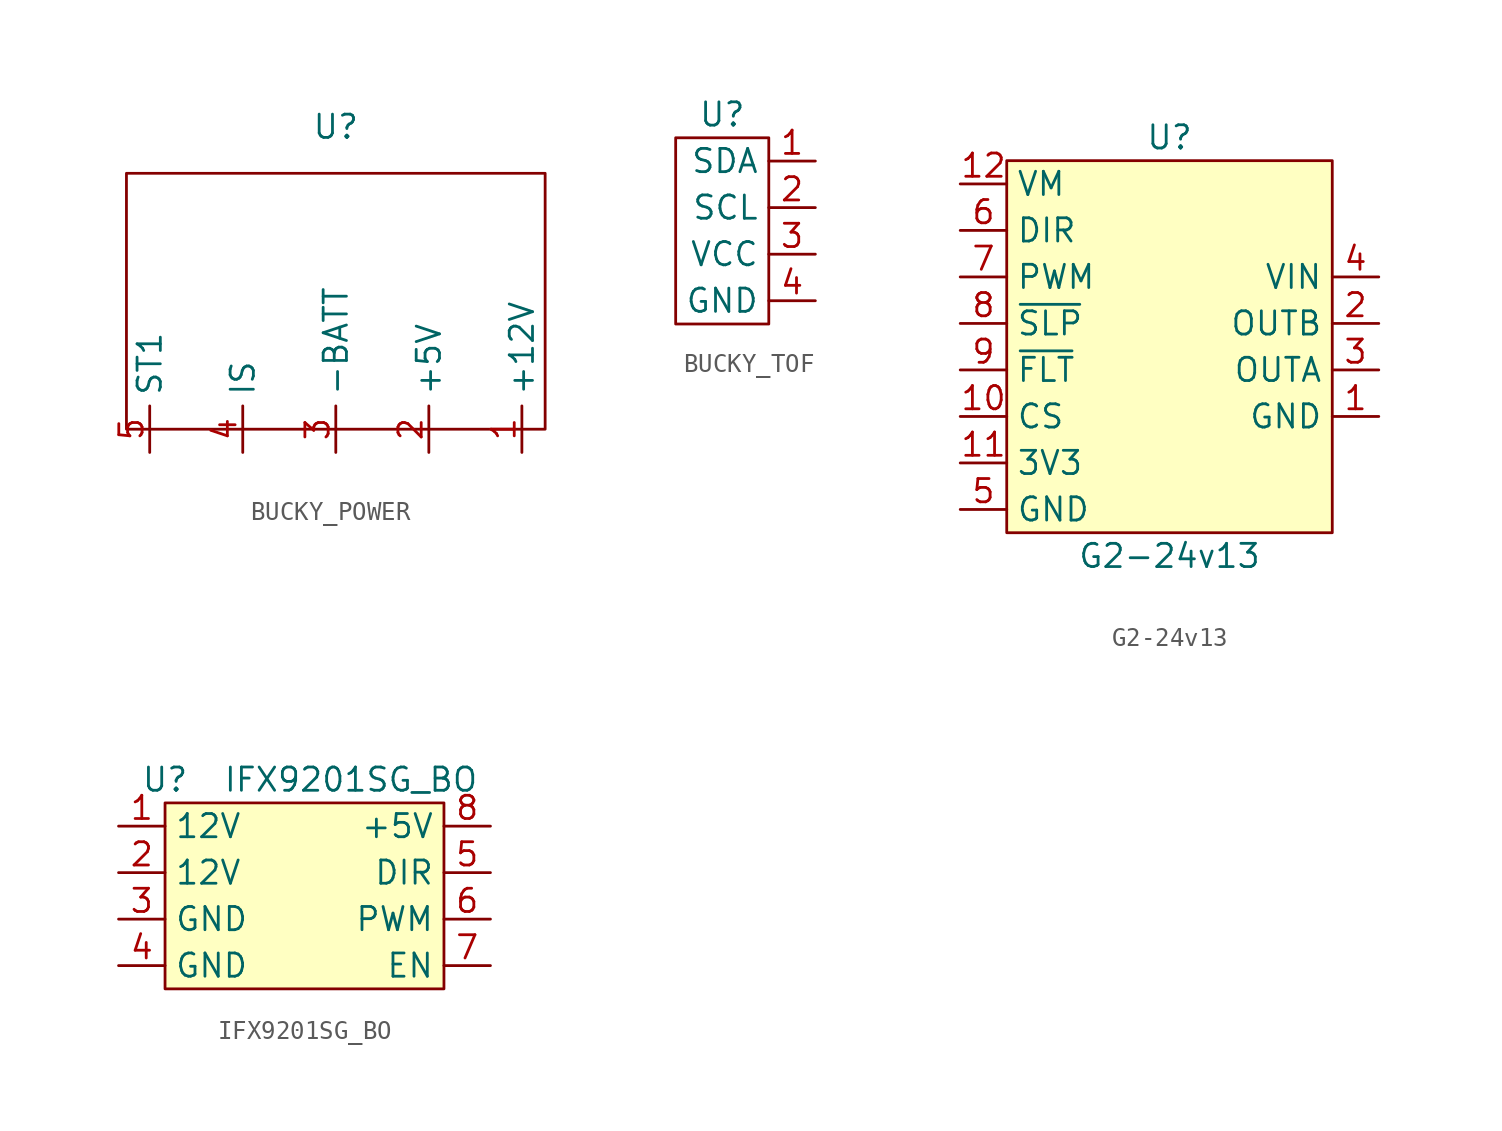
<source format=kicad_sym>
(kicad_symbol_lib
  (version 20231120)
  (generator "kicad_symbol_editor")
  (generator_version "8.0")
  (symbol "BUCKY_POWER"
    (property "Reference" "U"
      (at 0 0 0)
      (effects (font (size 1.27 1.27))))
    (property "Value" ""
      (at 0 0 0)
      (effects (font (size 1.27 1.27))))
    (symbol "BUCKY_POWER_0_1"
      (rectangle (start -11.43 -2.54) (end 11.43 -16.51) (stroke (width 0) (type default)) (fill (type none))))
    (symbol "BUCKY_POWER_1_1"
      (pin power_out line (at 10.16 -17.78 90) (length 2.54) (name "+12V" (effects (font (size 1.27 1.27)))) (number "1" (effects (font (size 1.27 1.27)))))
      (pin power_out line (at 5.08 -17.78 90) (length 2.54) (name "+5V" (effects (font (size 1.27 1.27)))) (number "2" (effects (font (size 1.27 1.27)))))
      (pin power_in line (at 0 -17.78 90) (length 2.54) (name "-BATT" (effects (font (size 1.27 1.27)))) (number "3" (effects (font (size 1.27 1.27)))))
      (pin bidirectional line (at -5.08 -17.78 90) (length 2.54) (name "IS" (effects (font (size 1.27 1.27)))) (number "4" (effects (font (size 1.27 1.27)))))
      (pin bidirectional line (at -10.16 -17.78 90) (length 2.54) (name "ST1" (effects (font (size 1.27 1.27)))) (number "5" (effects (font (size 1.27 1.27)))))))
  (symbol "BUCKY_TOF"
    (property "Reference" "U"
      (at 0 1.27 0)
      (effects (font (size 1.27 1.27))))
    (property "Value" ""
      (at 0 0 0)
      (effects (font (size 1.27 1.27))))
    (symbol "BUCKY_TOF_0_1"
      (rectangle (start -2.54 0) (end 2.54 -10.16) (stroke (width 0) (type default)) (fill (type none))))
    (symbol "BUCKY_TOF_1_1"
      (pin bidirectional line (at 5.08 -1.27 180) (length 2.54) (name "SDA" (effects (font (size 1.27 1.27)))) (number "1" (effects (font (size 1.27 1.27)))))
      (pin bidirectional line (at 5.08 -3.81 180) (length 2.54) (name "SCL" (effects (font (size 1.27 1.27)))) (number "2" (effects (font (size 1.27 1.27)))))
      (pin power_in line (at 5.08 -6.35 180) (length 2.54) (name "VCC" (effects (font (size 1.27 1.27)))) (number "3" (effects (font (size 1.27 1.27)))))
      (pin power_out line (at 5.08 -8.89 180) (length 2.54) (name "GND" (effects (font (size 1.27 1.27)))) (number "4" (effects (font (size 1.27 1.27)))))))
  (symbol "G2-24v13"
    (property "Reference" "U"
      (at 0 11.43 0)
      (effects (font (size 1.27 1.27))))
    (property "Value" "G2-24v13"
      (at 0 -11.43 0)
      (effects (font (size 1.27 1.27))))
    (symbol "G2-24v13_0_1"
      (rectangle (start -8.89 10.16) (end 8.89 -10.16) (stroke (width 0) (type default)) (fill (type background))))
    (symbol "G2-24v13_1_1"
      (pin input line (at 11.43 -3.81 180) (length 2.54) (name "GND" (effects (font (size 1.27 1.27)))) (number "1" (effects (font (size 1.27 1.27)))))
      (pin input line (at -11.43 -3.81 0) (length 2.54) (name "CS" (effects (font (size 1.27 1.27)))) (number "10" (effects (font (size 1.27 1.27)))))
      (pin input line (at -11.43 -6.35 0) (length 2.54) (name "3V3" (effects (font (size 1.27 1.27)))) (number "11" (effects (font (size 1.27 1.27)))))
      (pin input line (at -11.43 8.89 0) (length 2.54) (name "VM" (effects (font (size 1.27 1.27)))) (number "12" (effects (font (size 1.27 1.27)))))
      (pin input line (at 11.43 1.27 180) (length 2.54) (name "OUTB" (effects (font (size 1.27 1.27)))) (number "2" (effects (font (size 1.27 1.27)))))
      (pin input line (at 11.43 -1.27 180) (length 2.54) (name "OUTA" (effects (font (size 1.27 1.27)))) (number "3" (effects (font (size 1.27 1.27)))))
      (pin input line (at 11.43 3.81 180) (length 2.54) (name "VIN" (effects (font (size 1.27 1.27)))) (number "4" (effects (font (size 1.27 1.27)))))
      (pin input line (at -11.43 -8.89 0) (length 2.54) (name "GND" (effects (font (size 1.27 1.27)))) (number "5" (effects (font (size 1.27 1.27)))))
      (pin input line (at -11.43 6.35 0) (length 2.54) (name "DIR" (effects (font (size 1.27 1.27)))) (number "6" (effects (font (size 1.27 1.27)))))
      (pin input line (at -11.43 3.81 0) (length 2.54) (name "PWM" (effects (font (size 1.27 1.27)))) (number "7" (effects (font (size 1.27 1.27)))))
      (pin input line (at -11.43 1.27 0) (length 2.54) (name "~{SLP}" (effects (font (size 1.27 1.27)))) (number "8" (effects (font (size 1.27 1.27)))))
      (pin input line (at -11.43 -1.27 0) (length 2.54) (name "~{FLT}" (effects (font (size 1.27 1.27)))) (number "9" (effects (font (size 1.27 1.27)))))))
  (symbol "IFX9201SG_BO"
    (property "Reference" "U"
      (at -5.08 6.35 0)
      (effects (font (size 1.27 1.27))))
    (property "Value" "IFX9201SG_BO"
      (at 5.08 6.35 0)
      (effects (font (size 1.27 1.27))))
    (symbol "IFX9201SG_BO_0_1"
      (rectangle (start -5.08 5.08) (end 10.16 -5.08) (stroke (width 0.152) (type default)) (fill (type background))))
    (symbol "IFX9201SG_BO_1_1"
      (pin power_in line (at -7.62 3.81 0) (length 2.54) (name "12V" (effects (font (size 1.27 1.27)))) (number "1" (effects (font (size 1.27 1.27)))))
      (pin power_in line (at -7.62 1.27 0) (length 2.54) (name "12V" (effects (font (size 1.27 1.27)))) (number "2" (effects (font (size 1.27 1.27)))))
      (pin power_out line (at -7.62 -1.27 0) (length 2.54) (name "GND" (effects (font (size 1.27 1.27)))) (number "3" (effects (font (size 1.27 1.27)))))
      (pin power_out line (at -7.62 -3.81 0) (length 2.54) (name "GND" (effects (font (size 1.27 1.27)))) (number "4" (effects (font (size 1.27 1.27)))))
      (pin input line (at 12.7 1.27 180) (length 2.54) (name "DIR" (effects (font (size 1.27 1.27)))) (number "5" (effects (font (size 1.27 1.27)))))
      (pin input line (at 12.7 -1.27 180) (length 2.54) (name "PWM" (effects (font (size 1.27 1.27)))) (number "6" (effects (font (size 1.27 1.27)))))
      (pin input line (at 12.7 -3.81 180) (length 2.54) (name "EN" (effects (font (size 1.27 1.27)))) (number "7" (effects (font (size 1.27 1.27)))))
      (pin power_in line (at 12.7 3.81 180) (length 2.54) (name "+5V" (effects (font (size 1.27 1.27)))) (number "8" (effects (font (size 1.27 1.27))))))))
</source>
